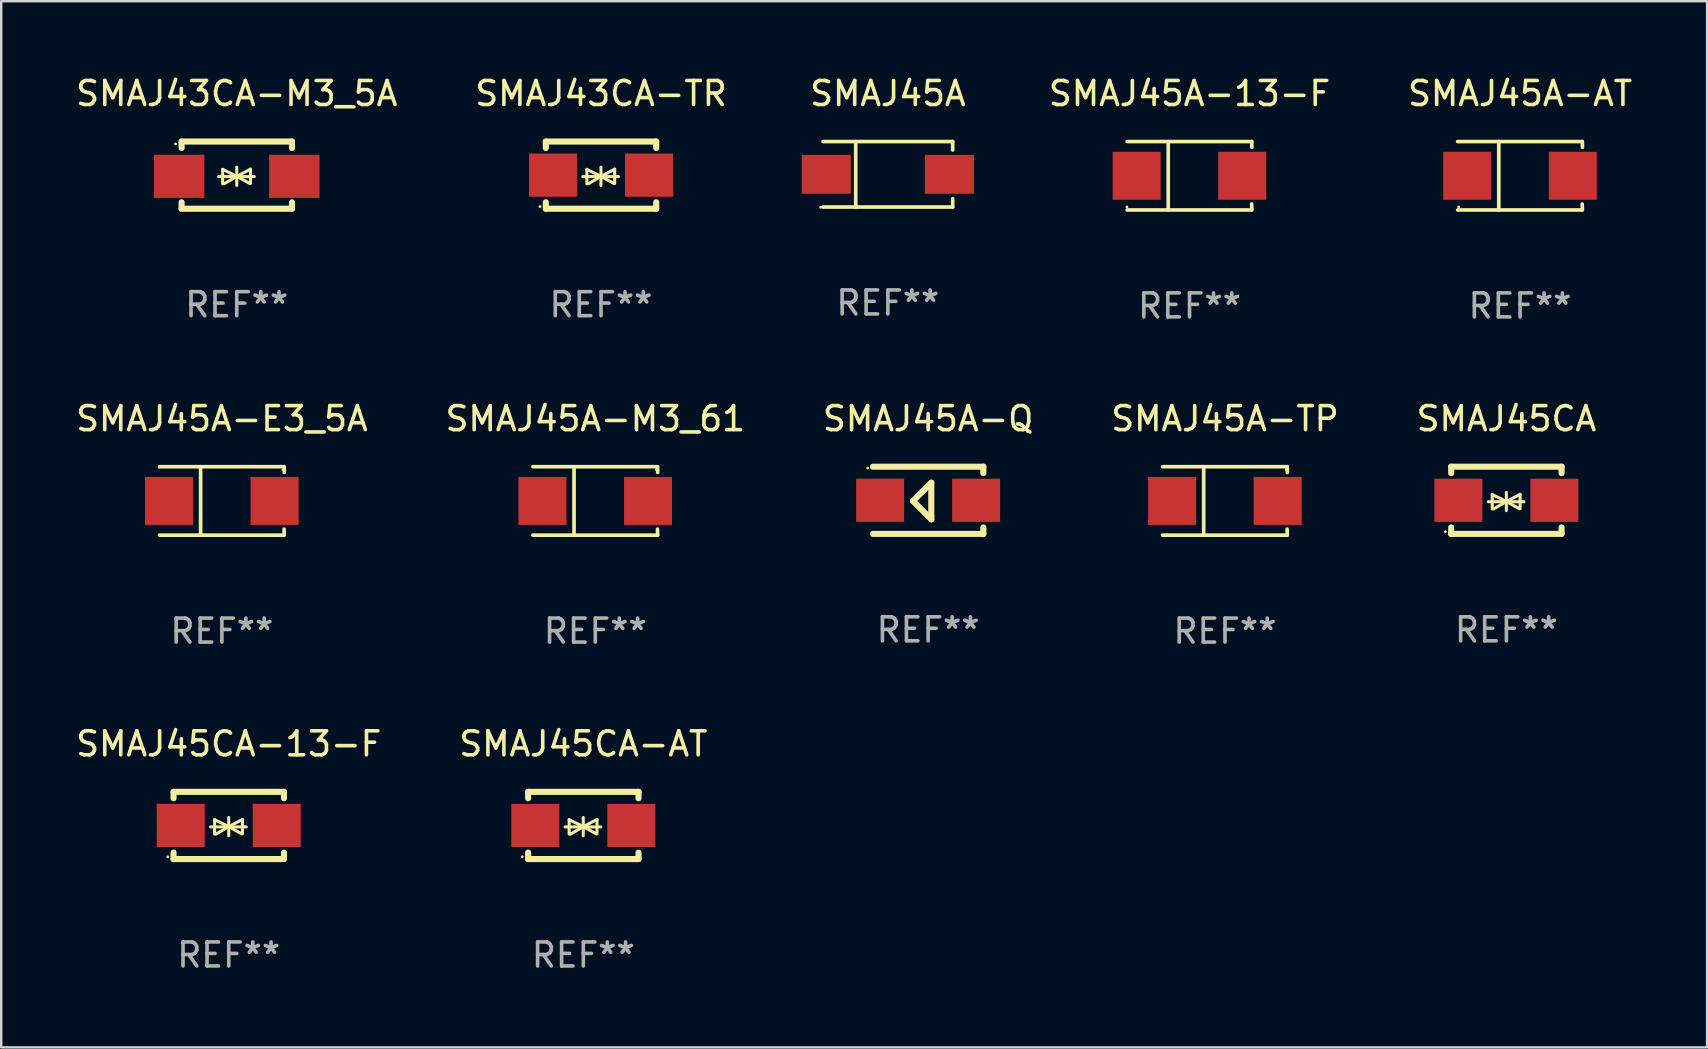
<source format=kicad_pcb>
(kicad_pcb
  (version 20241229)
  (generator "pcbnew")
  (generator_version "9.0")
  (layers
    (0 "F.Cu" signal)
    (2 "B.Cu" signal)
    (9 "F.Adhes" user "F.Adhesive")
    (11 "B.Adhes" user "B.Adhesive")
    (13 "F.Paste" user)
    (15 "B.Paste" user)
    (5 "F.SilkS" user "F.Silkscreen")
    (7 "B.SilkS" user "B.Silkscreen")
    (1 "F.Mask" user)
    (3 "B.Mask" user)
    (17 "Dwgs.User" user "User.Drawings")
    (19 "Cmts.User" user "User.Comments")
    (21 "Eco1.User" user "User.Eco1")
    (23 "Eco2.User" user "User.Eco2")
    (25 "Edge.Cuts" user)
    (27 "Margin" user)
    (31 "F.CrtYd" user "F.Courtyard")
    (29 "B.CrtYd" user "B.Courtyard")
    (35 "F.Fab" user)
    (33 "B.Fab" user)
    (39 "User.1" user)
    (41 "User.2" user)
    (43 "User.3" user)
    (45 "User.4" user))
  (footprint "SMAJ45A-AT"
    (layer "F.Cu")
    (at 60.29 4.274)
    (property "Reference" "SMAJ45A-AT" (at 0 -3.426 0) (layer "F.SilkS") (effects (font (size 1 1) (thickness 0.15))))
    (attr through_hole)
    (fp_line (start -2.6 -1.426) (end 2.593 -1.426) (stroke (width 0.152) (type solid)) (layer "F.SilkS"))
    (fp_line (start -2.6 1.426) (end 2.593 1.426) (stroke (width 0.152) (type solid)) (layer "F.SilkS"))
    (fp_line (start -0.887 -1.426) (end -0.887 1.426) (stroke (width 0.152) (type solid)) (layer "F.SilkS"))
    (fp_line (start 2.59 1.176) (end 2.597 1.415) (stroke (width 0.152) (type solid)) (layer "F.SilkS"))
    (fp_line (start 2.593 -1.426) (end 2.6 -1.187) (stroke (width 0.152) (type solid)) (layer "F.SilkS"))
    (fp_circle (center -2.563 1.3) (end -2.533 1.3) (stroke (width 0.06) (type solid)) (fill no) (layer "F.SilkS"))
    (fp_text user "REF**" (at 0 5.426 0) (layer "F.Fab") (effects (font (size 1 1) (thickness 0.15))))
    (pad "1" smd rect (at -2.203 -0.000025 180) (size 2 2) (layers "F.Cu" "F.Mask" "F.Paste"))
    (pad "2" smd rect (at 2.197 -0.000025 180) (size 2 2) (layers "F.Cu" "F.Mask" "F.Paste")))
  (footprint "SMAJ45A-M3_61"
    (layer "F.Cu")
    (at 21.756 17.823)
    (property "Reference" "SMAJ45A-M3_61" (at 0 -3.426 0) (layer "F.SilkS") (effects (font (size 1 1) (thickness 0.15))))
    (attr through_hole)
    (fp_line (start -2.6 -1.426) (end 2.593 -1.426) (stroke (width 0.152) (type solid)) (layer "F.SilkS"))
    (fp_line (start -2.6 1.426) (end 2.593 1.426) (stroke (width 0.152) (type solid)) (layer "F.SilkS"))
    (fp_line (start -0.887 -1.426) (end -0.887 1.426) (stroke (width 0.152) (type solid)) (layer "F.SilkS"))
    (fp_line (start 2.59 1.176) (end 2.597 1.415) (stroke (width 0.152) (type solid)) (layer "F.SilkS"))
    (fp_line (start 2.593 -1.426) (end 2.6 -1.187) (stroke (width 0.152) (type solid)) (layer "F.SilkS"))
    (fp_circle (center 2.547 -1.3) (end 2.577 -1.3) (stroke (width 0.06) (type solid)) (fill no) (layer "F.SilkS"))
    (fp_text user "REF**" (at 0 5.426 0) (layer "F.Fab") (effects (font (size 1 1) (thickness 0.15))))
    (pad "1" smd rect (at 2.197 -0.000025 180) (size 2 2) (layers "F.Cu" "F.Mask" "F.Paste"))
    (pad "2" smd rect (at -2.203 -0.000025 180) (size 2 2) (layers "F.Cu" "F.Mask" "F.Paste")))
  (footprint "SMAJ45A"
    (layer "F.Cu")
    (at 33.946 4.212)
    (property "Reference" "SMAJ45A" (at 0 -3.364 0) (layer "F.SilkS") (effects (font (size 1 1) (thickness 0.15))))
    (attr through_hole)
    (fp_line (start -2.701 -1.364) (end 2.701 -1.364) (stroke (width 0.152) (type solid)) (layer "F.SilkS"))
    (fp_line (start -2.701 1.364) (end 2.701 1.364) (stroke (width 0.152) (type solid)) (layer "F.SilkS"))
    (fp_line (start -1.339 -1.364) (end -1.339 1.364) (stroke (width 0.152) (type solid)) (layer "F.SilkS"))
    (fp_line (start 2.701 -1.364) (end 2.701 -1.013) (stroke (width 0.152) (type solid)) (layer "F.SilkS"))
    (fp_line (start 2.701 1.364) (end 2.701 1.013) (stroke (width 0.152) (type solid)) (layer "F.SilkS"))
    (fp_circle (center -2.8 1.375) (end -2.77 1.375) (stroke (width 0.06) (type solid)) (fill no) (layer "F.SilkS"))
    (fp_text user "REF**" (at 0 5.364 0) (layer "F.Fab") (effects (font (size 1 1) (thickness 0.15))))
    (pad "1" smd rect (at -2.565 -0.000025) (size 2.046 1.62) (layers "F.Cu" "F.Mask" "F.Paste"))
    (pad "2" smd rect (at 2.565 -0.000025) (size 2.046 1.62) (layers "F.Cu" "F.Mask" "F.Paste")))
  (footprint "SMAJ45A-TP"
    (layer "F.Cu")
    (at 47.994 17.823)
    (property "Reference" "SMAJ45A-TP" (at 0 -3.426 0) (layer "F.SilkS") (effects (font (size 1 1) (thickness 0.15))))
    (attr through_hole)
    (fp_line (start -2.6 -1.426) (end 2.593 -1.426) (stroke (width 0.152) (type solid)) (layer "F.SilkS"))
    (fp_line (start -2.6 1.426) (end 2.593 1.426) (stroke (width 0.152) (type solid)) (layer "F.SilkS"))
    (fp_line (start -0.887 -1.426) (end -0.887 1.426) (stroke (width 0.152) (type solid)) (layer "F.SilkS"))
    (fp_line (start 2.59 1.176) (end 2.597 1.415) (stroke (width 0.152) (type solid)) (layer "F.SilkS"))
    (fp_line (start 2.593 -1.426) (end 2.6 -1.187) (stroke (width 0.152) (type solid)) (layer "F.SilkS"))
    (fp_circle (center 2.547 -1.3) (end 2.577 -1.3) (stroke (width 0.06) (type solid)) (fill no) (layer "F.SilkS"))
    (fp_text user "REF**" (at 0 5.426 0) (layer "F.Fab") (effects (font (size 1 1) (thickness 0.15))))
    (pad "1" smd rect (at 2.197 -0.000025 180) (size 2 2) (layers "F.Cu" "F.Mask" "F.Paste"))
    (pad "2" smd rect (at -2.203 -0.000025 180) (size 2 2) (layers "F.Cu" "F.Mask" "F.Paste")))
  (footprint "SMAJ45CA-AT"
    (layer "F.Cu")
    (at 21.256 31.346)
    (property "Reference" "SMAJ45CA-AT" (at 0 -3.4 0) (layer "F.SilkS") (effects (font (size 1 1) (thickness 0.15))))
    (attr through_hole)
    (fp_line (start -2.3 -1.4) (end -2.3 -1.131) (stroke (width 0.254) (type solid)) (layer "F.SilkS"))
    (fp_line (start -2.3 -1.4) (end 2.3 -1.4) (stroke (width 0.254) (type solid)) (layer "F.SilkS"))
    (fp_line (start -2.3 1.131) (end -2.3 1.4) (stroke (width 0.254) (type solid)) (layer "F.SilkS"))
    (fp_line (start -2.3 1.4) (end 2.3 1.4) (stroke (width 0.254) (type solid)) (layer "F.SilkS"))
    (fp_line (start -0.76 0.06) (end 0.73 0.06) (stroke (width 0.127) (type solid)) (layer "F.SilkS"))
    (fp_line (start -0.59 -0.24) (end -0.59 0.36) (stroke (width 0.127) (type solid)) (layer "F.SilkS"))
    (fp_line (start -0.59 -0.24) (end -0.002 0.049) (stroke (width 0.127) (type solid)) (layer "F.SilkS"))
    (fp_line (start -0.53 0.36) (end -0.002 0.049) (stroke (width 0.127) (type solid)) (layer "F.SilkS"))
    (fp_line (start -0.002 0.049) (end -0.002 -0.332) (stroke (width 0.127) (type solid)) (layer "F.SilkS"))
    (fp_line (start -0.002 0.049) (end -0.002 0.43) (stroke (width 0.127) (type solid)) (layer "F.SilkS"))
    (fp_line (start 0.54 0.35) (end -0.002 0.049) (stroke (width 0.127) (type solid)) (layer "F.SilkS"))
    (fp_line (start 0.57 -0.25) (end -0.002 0.049) (stroke (width 0.127) (type solid)) (layer "F.SilkS"))
    (fp_line (start 0.57 -0.25) (end 0.57 0.35) (stroke (width 0.127) (type solid)) (layer "F.SilkS"))
    (fp_line (start 2.3 -1.4) (end 2.3 -1.131) (stroke (width 0.254) (type solid)) (layer "F.SilkS"))
    (fp_line (start 2.3 1.131) (end 2.3 1.4) (stroke (width 0.254) (type solid)) (layer "F.SilkS"))
    (fp_circle (center -2.542 1.308) (end -2.512 1.308) (stroke (width 0.06) (type solid)) (fill no) (layer "F.SilkS"))
    (fp_text user "REF**" (at 0 5.4 0) (layer "F.Fab") (effects (font (size 1 1) (thickness 0.15))))
    (pad "1" smd rect (at -2 0) (size 2 1.8) (layers "F.Cu" "F.Mask" "F.Paste"))
    (pad "2" smd rect (at 2 0) (size 2 1.8) (layers "F.Cu" "F.Mask" "F.Paste")))
  (footprint "SMAJ45A-Q"
    (layer "F.Cu")
    (at 35.625 17.797)
    (property "Reference" "SMAJ45A-Q" (at 0 -3.4 0) (layer "F.SilkS") (effects (font (size 1 1) (thickness 0.15))))
    (attr through_hole)
    (fp_line (start -2.3 -1.4) (end 2.3 -1.4) (stroke (width 0.254) (type solid)) (layer "F.SilkS"))
    (fp_line (start -2.3 1.4) (end 2.3 1.4) (stroke (width 0.254) (type solid)) (layer "F.SilkS"))
    (fp_line (start -0.631 0.03) (end 0.131 -0.732) (stroke (width 0.254) (type solid)) (layer "F.SilkS"))
    (fp_line (start 0.004 0.665) (end -0.631 0.03) (stroke (width 0.254) (type solid)) (layer "F.SilkS"))
    (fp_line (start 0.131 -0.732) (end 0.131 0.665) (stroke (width 0.254) (type solid)) (layer "F.SilkS"))
    (fp_line (start 0.131 0.665) (end 0.131 0.792) (stroke (width 0.254) (type solid)) (layer "F.SilkS"))
    (fp_line (start 0.131 0.792) (end 0.004 0.665) (stroke (width 0.254) (type solid)) (layer "F.SilkS"))
    (fp_line (start 2.3 -1.4) (end 2.3 -1.131) (stroke (width 0.254) (type solid)) (layer "F.SilkS"))
    (fp_line (start 2.3 1.131) (end 2.3 1.4) (stroke (width 0.254) (type solid)) (layer "F.SilkS"))
    (fp_circle (center -2.517 -1.342) (end -2.487 -1.342) (stroke (width 0.06) (type solid)) (fill no) (layer "F.SilkS"))
    (fp_text user "REF**" (at 0 5.4 0) (layer "F.Fab") (effects (font (size 1 1) (thickness 0.15))))
    (pad "1" smd rect (at -2 -0.000127) (size 2 1.8) (layers "F.Cu" "F.Mask" "F.Paste"))
    (pad "2" smd rect (at 2 -0.000127) (size 2 1.8) (layers "F.Cu" "F.Mask" "F.Paste")))
  (footprint "SMAJ45CA-13-F"
    (layer "F.Cu")
    (at 6.482 31.346)
    (property "Reference" "SMAJ45CA-13-F" (at 0 -3.4 0) (layer "F.SilkS") (effects (font (size 1 1) (thickness 0.15))))
    (attr through_hole)
    (fp_line (start -2.3 -1.4) (end -2.3 -1.131) (stroke (width 0.254) (type solid)) (layer "F.SilkS"))
    (fp_line (start -2.3 -1.4) (end 2.3 -1.4) (stroke (width 0.254) (type solid)) (layer "F.SilkS"))
    (fp_line (start -2.3 1.131) (end -2.3 1.4) (stroke (width 0.254) (type solid)) (layer "F.SilkS"))
    (fp_line (start -2.3 1.4) (end 2.3 1.4) (stroke (width 0.254) (type solid)) (layer "F.SilkS"))
    (fp_line (start -0.76 0.06) (end 0.73 0.06) (stroke (width 0.127) (type solid)) (layer "F.SilkS"))
    (fp_line (start -0.59 -0.24) (end -0.59 0.36) (stroke (width 0.127) (type solid)) (layer "F.SilkS"))
    (fp_line (start -0.59 -0.24) (end -0.002 0.049) (stroke (width 0.127) (type solid)) (layer "F.SilkS"))
    (fp_line (start -0.53 0.36) (end -0.002 0.049) (stroke (width 0.127) (type solid)) (layer "F.SilkS"))
    (fp_line (start -0.002 0.049) (end -0.002 -0.332) (stroke (width 0.127) (type solid)) (layer "F.SilkS"))
    (fp_line (start -0.002 0.049) (end -0.002 0.43) (stroke (width 0.127) (type solid)) (layer "F.SilkS"))
    (fp_line (start 0.54 0.35) (end -0.002 0.049) (stroke (width 0.127) (type solid)) (layer "F.SilkS"))
    (fp_line (start 0.57 -0.25) (end -0.002 0.049) (stroke (width 0.127) (type solid)) (layer "F.SilkS"))
    (fp_line (start 0.57 -0.25) (end 0.57 0.35) (stroke (width 0.127) (type solid)) (layer "F.SilkS"))
    (fp_line (start 2.3 -1.4) (end 2.3 -1.131) (stroke (width 0.254) (type solid)) (layer "F.SilkS"))
    (fp_line (start 2.3 1.131) (end 2.3 1.4) (stroke (width 0.254) (type solid)) (layer "F.SilkS"))
    (fp_circle (center -2.542 1.308) (end -2.512 1.308) (stroke (width 0.06) (type solid)) (fill no) (layer "F.SilkS"))
    (fp_text user "REF**" (at 0 5.4 0) (layer "F.Fab") (effects (font (size 1 1) (thickness 0.15))))
    (pad "1" smd rect (at -2 0) (size 2 1.8) (layers "F.Cu" "F.Mask" "F.Paste"))
    (pad "2" smd rect (at 2 0) (size 2 1.8) (layers "F.Cu" "F.Mask" "F.Paste")))
  (footprint "SMAJ45CA"
    (layer "F.Cu")
    (at 59.72 17.797)
    (property "Reference" "SMAJ45CA" (at 0 -3.4 0) (layer "F.SilkS") (effects (font (size 1 1) (thickness 0.15))))
    (attr through_hole)
    (fp_line (start -2.3 -1.4) (end -2.3 -1.131) (stroke (width 0.254) (type solid)) (layer "F.SilkS"))
    (fp_line (start -2.3 -1.4) (end 2.3 -1.4) (stroke (width 0.254) (type solid)) (layer "F.SilkS"))
    (fp_line (start -2.3 1.131) (end -2.3 1.4) (stroke (width 0.254) (type solid)) (layer "F.SilkS"))
    (fp_line (start -2.3 1.4) (end 2.3 1.4) (stroke (width 0.254) (type solid)) (layer "F.SilkS"))
    (fp_line (start -0.76 0.06) (end 0.73 0.06) (stroke (width 0.127) (type solid)) (layer "F.SilkS"))
    (fp_line (start -0.59 -0.24) (end -0.59 0.36) (stroke (width 0.127) (type solid)) (layer "F.SilkS"))
    (fp_line (start -0.59 -0.24) (end -0.002 0.049) (stroke (width 0.127) (type solid)) (layer "F.SilkS"))
    (fp_line (start -0.53 0.36) (end -0.002 0.049) (stroke (width 0.127) (type solid)) (layer "F.SilkS"))
    (fp_line (start -0.002 0.049) (end -0.002 -0.332) (stroke (width 0.127) (type solid)) (layer "F.SilkS"))
    (fp_line (start -0.002 0.049) (end -0.002 0.43) (stroke (width 0.127) (type solid)) (layer "F.SilkS"))
    (fp_line (start 0.54 0.35) (end -0.002 0.049) (stroke (width 0.127) (type solid)) (layer "F.SilkS"))
    (fp_line (start 0.57 -0.25) (end -0.002 0.049) (stroke (width 0.127) (type solid)) (layer "F.SilkS"))
    (fp_line (start 0.57 -0.25) (end 0.57 0.35) (stroke (width 0.127) (type solid)) (layer "F.SilkS"))
    (fp_line (start 2.3 -1.4) (end 2.3 -1.131) (stroke (width 0.254) (type solid)) (layer "F.SilkS"))
    (fp_line (start 2.3 1.131) (end 2.3 1.4) (stroke (width 0.254) (type solid)) (layer "F.SilkS"))
    (fp_circle (center -2.542 1.308) (end -2.512 1.308) (stroke (width 0.06) (type solid)) (fill no) (layer "F.SilkS"))
    (fp_text user "REF**" (at 0 5.4 0) (layer "F.Fab") (effects (font (size 1 1) (thickness 0.15))))
    (pad "1" smd rect (at -2 0) (size 2 1.8) (layers "F.Cu" "F.Mask" "F.Paste"))
    (pad "2" smd rect (at 2 0) (size 2 1.8) (layers "F.Cu" "F.Mask" "F.Paste")))
  (footprint "SMAJ45A-E3_5A"
    (layer "F.Cu")
    (at 6.196 17.823)
    (property "Reference" "SMAJ45A-E3_5A" (at 0 -3.426 0) (layer "F.SilkS") (effects (font (size 1 1) (thickness 0.15))))
    (attr through_hole)
    (fp_line (start -2.6 -1.426) (end 2.593 -1.426) (stroke (width 0.152) (type solid)) (layer "F.SilkS"))
    (fp_line (start -2.6 1.426) (end 2.593 1.426) (stroke (width 0.152) (type solid)) (layer "F.SilkS"))
    (fp_line (start -0.887 -1.426) (end -0.887 1.426) (stroke (width 0.152) (type solid)) (layer "F.SilkS"))
    (fp_line (start 2.59 1.176) (end 2.597 1.415) (stroke (width 0.152) (type solid)) (layer "F.SilkS"))
    (fp_line (start 2.593 -1.426) (end 2.6 -1.187) (stroke (width 0.152) (type solid)) (layer "F.SilkS"))
    (fp_circle (center 2.547 -1.3) (end 2.577 -1.3) (stroke (width 0.06) (type solid)) (fill no) (layer "F.SilkS"))
    (fp_text user "REF**" (at 0 5.426 0) (layer "F.Fab") (effects (font (size 1 1) (thickness 0.15))))
    (pad "1" smd rect (at 2.197 -0.000025 180) (size 2 2) (layers "F.Cu" "F.Mask" "F.Paste"))
    (pad "2" smd rect (at -2.203 -0.000025 180) (size 2 2) (layers "F.Cu" "F.Mask" "F.Paste")))
  (footprint "SMAJ43CA-M3_5A"
    (layer "F.Cu")
    (at 6.815 4.248)
    (property "Reference" "SMAJ43CA-M3_5A" (at 0 -3.4 0) (layer "F.SilkS") (effects (font (size 1 1) (thickness 0.15))))
    (attr through_hole)
    (fp_line (start -2.298 -1.4) (end -2.298 -1.131) (stroke (width 0.254) (type solid)) (layer "F.SilkS"))
    (fp_line (start -2.298 -1.4) (end 2.302 -1.4) (stroke (width 0.254) (type solid)) (layer "F.SilkS"))
    (fp_line (start -2.298 1.131) (end -2.298 1.4) (stroke (width 0.254) (type solid)) (layer "F.SilkS"))
    (fp_line (start -2.298 1.4) (end 2.302 1.4) (stroke (width 0.254) (type solid)) (layer "F.SilkS"))
    (fp_line (start -0.758 0.06) (end 0.732 0.06) (stroke (width 0.127) (type solid)) (layer "F.SilkS"))
    (fp_line (start -0.588 -0.24) (end -0.588 0.36) (stroke (width 0.127) (type solid)) (layer "F.SilkS"))
    (fp_line (start -0.588 -0.24) (end 0.000025 0.049) (stroke (width 0.127) (type solid)) (layer "F.SilkS"))
    (fp_line (start -0.528 0.36) (end 0.000025 0.049) (stroke (width 0.127) (type solid)) (layer "F.SilkS"))
    (fp_line (start 0.000025 0.049) (end 0.000025 -0.332) (stroke (width 0.127) (type solid)) (layer "F.SilkS"))
    (fp_line (start 0.000025 0.049) (end 0.000025 0.43) (stroke (width 0.127) (type solid)) (layer "F.SilkS"))
    (fp_line (start 0.542 0.35) (end 0.000025 0.049) (stroke (width 0.127) (type solid)) (layer "F.SilkS"))
    (fp_line (start 0.572 -0.25) (end 0.000025 0.049) (stroke (width 0.127) (type solid)) (layer "F.SilkS"))
    (fp_line (start 0.572 -0.25) (end 0.572 0.35) (stroke (width 0.127) (type solid)) (layer "F.SilkS"))
    (fp_line (start 2.302 -1.4) (end 2.302 -1.131) (stroke (width 0.254) (type solid)) (layer "F.SilkS"))
    (fp_line (start 2.302 1.131) (end 2.302 1.4) (stroke (width 0.254) (type solid)) (layer "F.SilkS"))
    (fp_circle (center -2.549 -1.301) (end -2.519 -1.301) (stroke (width 0.06) (type solid)) (fill no) (layer "F.SilkS"))
    (fp_text user "REF**" (at 0 5.4 0) (layer "F.Fab") (effects (font (size 1 1) (thickness 0.15))))
    (pad "1" smd rect (at -2.4 0.049) (size 2.1 1.8) (layers "F.Cu" "F.Mask" "F.Paste"))
    (pad "2" smd rect (at 2.4 0.049) (size 2.1 1.8) (layers "F.Cu" "F.Mask" "F.Paste")))
  (footprint "SMAJ43CA-TR"
    (layer "F.Cu")
    (at 21.994 4.248)
    (property "Reference" "SMAJ43CA-TR" (at 0 -3.4 0) (layer "F.SilkS") (effects (font (size 1 1) (thickness 0.15))))
    (attr through_hole)
    (fp_line (start -2.3 -1.4) (end -2.3 -1.131) (stroke (width 0.254) (type solid)) (layer "F.SilkS"))
    (fp_line (start -2.3 -1.4) (end 2.3 -1.4) (stroke (width 0.254) (type solid)) (layer "F.SilkS"))
    (fp_line (start -2.3 1.131) (end -2.3 1.4) (stroke (width 0.254) (type solid)) (layer "F.SilkS"))
    (fp_line (start -2.3 1.4) (end 2.3 1.4) (stroke (width 0.254) (type solid)) (layer "F.SilkS"))
    (fp_line (start -0.76 0.06) (end 0.73 0.06) (stroke (width 0.127) (type solid)) (layer "F.SilkS"))
    (fp_line (start -0.59 -0.24) (end -0.59 0.36) (stroke (width 0.127) (type solid)) (layer "F.SilkS"))
    (fp_line (start -0.59 -0.24) (end -0.002 0.049) (stroke (width 0.127) (type solid)) (layer "F.SilkS"))
    (fp_line (start -0.53 0.36) (end -0.002 0.049) (stroke (width 0.127) (type solid)) (layer "F.SilkS"))
    (fp_line (start -0.002 0.049) (end -0.002 -0.332) (stroke (width 0.127) (type solid)) (layer "F.SilkS"))
    (fp_line (start -0.002 0.049) (end -0.002 0.43) (stroke (width 0.127) (type solid)) (layer "F.SilkS"))
    (fp_line (start 0.54 0.35) (end -0.002 0.049) (stroke (width 0.127) (type solid)) (layer "F.SilkS"))
    (fp_line (start 0.57 -0.25) (end -0.002 0.049) (stroke (width 0.127) (type solid)) (layer "F.SilkS"))
    (fp_line (start 0.57 -0.25) (end 0.57 0.35) (stroke (width 0.127) (type solid)) (layer "F.SilkS"))
    (fp_line (start 2.3 -1.4) (end 2.3 -1.131) (stroke (width 0.254) (type solid)) (layer "F.SilkS"))
    (fp_line (start 2.3 1.131) (end 2.3 1.4) (stroke (width 0.254) (type solid)) (layer "F.SilkS"))
    (fp_circle (center -2.542 1.308) (end -2.512 1.308) (stroke (width 0.06) (type solid)) (fill no) (layer "F.SilkS"))
    (fp_text user "REF**" (at 0 5.4 0) (layer "F.Fab") (effects (font (size 1 1) (thickness 0.15))))
    (pad "1" smd rect (at -2 0) (size 2 1.8) (layers "F.Cu" "F.Mask" "F.Paste"))
    (pad "2" smd rect (at 2 0) (size 2 1.8) (layers "F.Cu" "F.Mask" "F.Paste")))
  (footprint "SMAJ45A-13-F"
    (layer "F.Cu")
    (at 46.516 4.274)
    (property "Reference" "SMAJ45A-13-F" (at 0 -3.426 0) (layer "F.SilkS") (effects (font (size 1 1) (thickness 0.15))))
    (attr through_hole)
    (fp_line (start -2.6 -1.426) (end 2.593 -1.426) (stroke (width 0.152) (type solid)) (layer "F.SilkS"))
    (fp_line (start -2.6 1.426) (end 2.593 1.426) (stroke (width 0.152) (type solid)) (layer "F.SilkS"))
    (fp_line (start -0.887 -1.426) (end -0.887 1.426) (stroke (width 0.152) (type solid)) (layer "F.SilkS"))
    (fp_line (start 2.59 1.176) (end 2.597 1.415) (stroke (width 0.152) (type solid)) (layer "F.SilkS"))
    (fp_line (start 2.593 -1.426) (end 2.6 -1.187) (stroke (width 0.152) (type solid)) (layer "F.SilkS"))
    (fp_circle (center -2.608 1.3) (end -2.578 1.3) (stroke (width 0.06) (type solid)) (fill no) (layer "F.SilkS"))
    (fp_text user "REF**" (at 0 5.426 0) (layer "F.Fab") (effects (font (size 1 1) (thickness 0.15))))
    (pad "1" smd rect (at -2.203 0 180) (size 2 2) (layers "F.Cu" "F.Mask" "F.Paste"))
    (pad "2" smd rect (at 2.197 0 180) (size 2 2) (layers "F.Cu" "F.Mask" "F.Paste")))
  (gr_rect
    (start -3 -3)
    (end 68.082 40.594)
    (stroke (width 0.1) (type default))
    (fill no)
    (layer "Edge.Cuts")))
</source>
